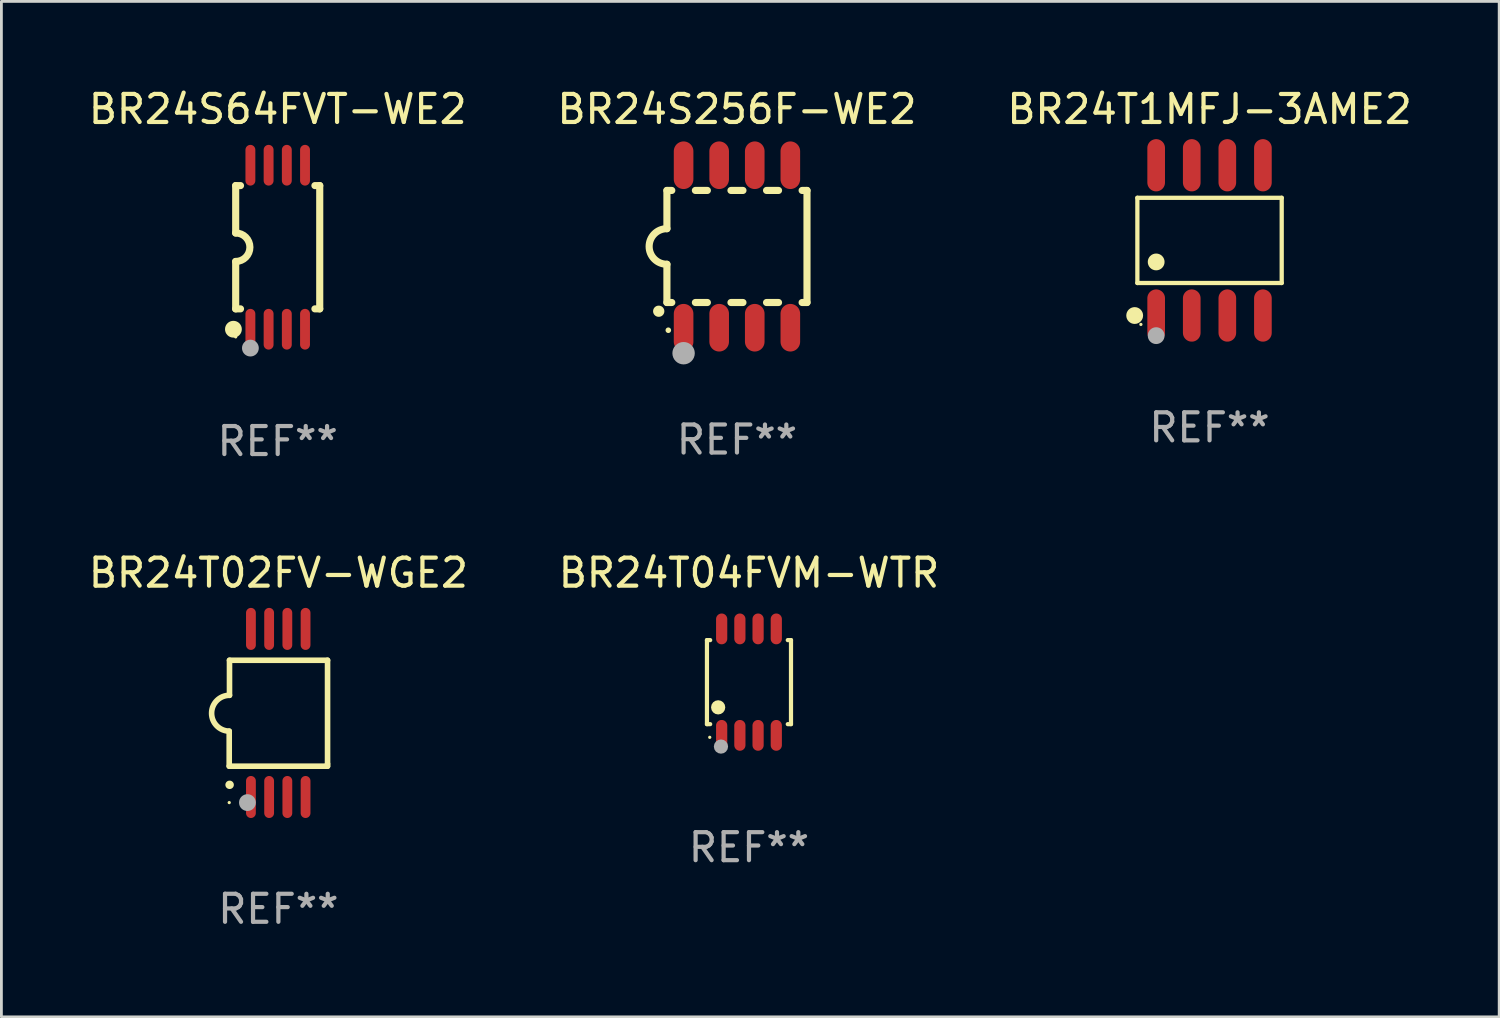
<source format=kicad_pcb>
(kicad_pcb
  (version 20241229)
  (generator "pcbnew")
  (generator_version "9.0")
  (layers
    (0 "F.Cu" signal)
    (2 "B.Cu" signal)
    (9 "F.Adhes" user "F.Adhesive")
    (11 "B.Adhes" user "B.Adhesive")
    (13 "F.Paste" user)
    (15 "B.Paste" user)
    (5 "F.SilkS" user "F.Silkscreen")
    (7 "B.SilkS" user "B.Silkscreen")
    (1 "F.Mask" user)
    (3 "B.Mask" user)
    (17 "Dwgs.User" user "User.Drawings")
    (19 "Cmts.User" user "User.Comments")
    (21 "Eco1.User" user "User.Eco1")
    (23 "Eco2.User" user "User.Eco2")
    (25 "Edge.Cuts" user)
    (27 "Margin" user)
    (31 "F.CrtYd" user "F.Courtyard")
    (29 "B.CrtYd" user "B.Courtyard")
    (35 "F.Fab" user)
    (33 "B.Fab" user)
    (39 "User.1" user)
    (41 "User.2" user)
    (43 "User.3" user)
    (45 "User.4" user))
  (footprint "BR24S256F-WE2"
    (layer "F.Cu")
    (at 23.256 5.748)
    (property "Reference" "BR24S256F-WE2" (at 0 -4.9 0) (layer "F.SilkS") (effects (font (size 1 1) (thickness 0.15))))
    (attr through_hole)
    (fp_line (start -2.5 -2) (end -2.5 -0.635) (stroke (width 0.254) (type solid)) (layer "F.SilkS"))
    (fp_line (start -2.5 -2) (end -2.326 -2) (stroke (width 0.254) (type solid)) (layer "F.SilkS"))
    (fp_line (start -2.5 2) (end -2.5 0.635) (stroke (width 0.254) (type solid)) (layer "F.SilkS"))
    (fp_line (start -2.5 2) (end -2.326 2) (stroke (width 0.254) (type solid)) (layer "F.SilkS"))
    (fp_line (start -1.484 -2) (end -1.056 -2) (stroke (width 0.254) (type solid)) (layer "F.SilkS"))
    (fp_line (start -1.484 2) (end -1.056 2) (stroke (width 0.254) (type solid)) (layer "F.SilkS"))
    (fp_line (start -0.214 -2) (end 0.214 -2) (stroke (width 0.254) (type solid)) (layer "F.SilkS"))
    (fp_line (start -0.214 2) (end 0.214 2) (stroke (width 0.254) (type solid)) (layer "F.SilkS"))
    (fp_line (start 1.056 -2) (end 1.484 -2) (stroke (width 0.254) (type solid)) (layer "F.SilkS"))
    (fp_line (start 1.056 2) (end 1.484 2) (stroke (width 0.254) (type solid)) (layer "F.SilkS"))
    (fp_line (start 2.326 -2) (end 2.5 -2) (stroke (width 0.254) (type solid)) (layer "F.SilkS"))
    (fp_line (start 2.326 2) (end 2.5 2) (stroke (width 0.254) (type solid)) (layer "F.SilkS"))
    (fp_line (start 2.5 -2) (end 2.5 2) (stroke (width 0.254) (type solid)) (layer "F.SilkS"))
    (fp_arc (start -2.794006 2.311405) (mid -2.792736 2.311401) (end -2.791466 2.311405) (stroke (width 0.4) (type solid)) (layer "F.SilkS"))
    (fp_arc (start -2.5 0.635001) (mid -3.134366 -0.000318) (end -2.499365 -0.635001) (stroke (width 0.254001) (type solid)) (layer "F.SilkS"))
    (fp_circle (center -2.45 2.99) (end -2.4 2.99) (stroke (width 0.1) (type solid)) (fill no) (layer "F.SilkS"))
    (fp_circle (center -1.905 3.81) (end -1.705 3.81) (stroke (width 0.4) (type solid)) (fill no) (layer "F.Fab"))
    (fp_text user "REF**" (at 0 6.9 0) (layer "F.Fab") (effects (font (size 1 1) (thickness 0.15))))
    (pad "1" smd oval (at -1.905 2.9 180) (size 0.7 1.7) (layers "F.Cu" "F.Mask" "F.Paste"))
    (pad "2" smd oval (at -0.635 2.9 180) (size 0.7 1.7) (layers "F.Cu" "F.Mask" "F.Paste"))
    (pad "3" smd oval (at 0.635 2.9 180) (size 0.7 1.7) (layers "F.Cu" "F.Mask" "F.Paste"))
    (pad "4" smd oval (at 1.905 2.9 180) (size 0.7 1.7) (layers "F.Cu" "F.Mask" "F.Paste"))
    (pad "5" smd oval (at 1.905 -2.9 180) (size 0.7 1.7) (layers "F.Cu" "F.Mask" "F.Paste"))
    (pad "6" smd oval (at 0.635 -2.9 180) (size 0.7 1.7) (layers "F.Cu" "F.Mask" "F.Paste"))
    (pad "7" smd oval (at -0.635 -2.9 180) (size 0.7 1.7) (layers "F.Cu" "F.Mask" "F.Paste"))
    (pad "8" smd oval (at -1.905 -2.9 180) (size 0.7 1.7) (layers "F.Cu" "F.Mask" "F.Paste")))
  (footprint "BR24T04FVM-WTR"
    (layer "F.Cu")
    (at 23.685 21.299)
    (property "Reference" "BR24T04FVM-WTR" (at 0 -3.9 0) (layer "F.SilkS") (effects (font (size 1 1) (thickness 0.15))))
    (attr through_hole)
    (fp_line (start -1.5 -1.5) (end -1.385 -1.5) (stroke (width 0.15) (type solid)) (layer "F.SilkS"))
    (fp_line (start -1.5 1.5) (end -1.5 -1.5) (stroke (width 0.15) (type solid)) (layer "F.SilkS"))
    (fp_line (start -1.385 1.5) (end -1.5 1.5) (stroke (width 0.15) (type solid)) (layer "F.SilkS"))
    (fp_line (start 1.385 -1.5) (end 1.5 -1.5) (stroke (width 0.15) (type solid)) (layer "F.SilkS"))
    (fp_line (start 1.5 -1.5) (end 1.5 1.5) (stroke (width 0.15) (type solid)) (layer "F.SilkS"))
    (fp_line (start 1.5 1.5) (end 1.385 1.5) (stroke (width 0.15) (type solid)) (layer "F.SilkS"))
    (fp_circle (center -1.4 1.97) (end -1.37 1.97) (stroke (width 0.06) (type solid)) (fill no) (layer "F.SilkS"))
    (fp_circle (center -1.1 0.9) (end -0.973 0.9) (stroke (width 0.254) (type solid)) (fill no) (layer "F.SilkS"))
    (fp_circle (center -1 2.3) (end -0.873 2.3) (stroke (width 0.254) (type solid)) (fill no) (layer "F.Fab"))
    (fp_text user "REF**" (at 0 5.9 0) (layer "F.Fab") (effects (font (size 1 1) (thickness 0.15))))
    (pad "1" smd oval (at -0.975 1.9 270) (size 1.1 0.4) (layers "F.Cu" "F.Mask" "F.Paste"))
    (pad "2" smd oval (at -0.325 1.9 270) (size 1.1 0.4) (layers "F.Cu" "F.Mask" "F.Paste"))
    (pad "3" smd oval (at 0.325 1.9 270) (size 1.1 0.4) (layers "F.Cu" "F.Mask" "F.Paste"))
    (pad "4" smd oval (at 0.975 1.9 270) (size 1.1 0.4) (layers "F.Cu" "F.Mask" "F.Paste"))
    (pad "5" smd oval (at 0.975 -1.9 270) (size 1.1 0.4) (layers "F.Cu" "F.Mask" "F.Paste"))
    (pad "6" smd oval (at 0.325 -1.9 270) (size 1.1 0.4) (layers "F.Cu" "F.Mask" "F.Paste"))
    (pad "7" smd oval (at -0.325 -1.9 270) (size 1.1 0.4) (layers "F.Cu" "F.Mask" "F.Paste"))
    (pad "8" smd oval (at -0.975 -1.9 270) (size 1.1 0.4) (layers "F.Cu" "F.Mask" "F.Paste")))
  (footprint "BR24S64FVT-WE2"
    (layer "F.Cu")
    (at 6.863 5.775)
    (property "Reference" "BR24S64FVT-WE2" (at 0 -4.927 0) (layer "F.SilkS") (effects (font (size 1 1) (thickness 0.15))))
    (attr through_hole)
    (fp_line (start -1.5 -2.2) (end -1.5 -0.508) (stroke (width 0.254) (type solid)) (layer "F.SilkS"))
    (fp_line (start -1.5 -2.2) (end -1.328 -2.2) (stroke (width 0.254) (type solid)) (layer "F.SilkS"))
    (fp_line (start -1.5 2.2) (end -1.5 0.508) (stroke (width 0.254) (type solid)) (layer "F.SilkS"))
    (fp_line (start -1.5 2.2) (end -1.328 2.2) (stroke (width 0.254) (type solid)) (layer "F.SilkS"))
    (fp_line (start 1.328 -2.2) (end 1.5 -2.2) (stroke (width 0.254) (type solid)) (layer "F.SilkS"))
    (fp_line (start 1.328 2.2) (end 1.5 2.2) (stroke (width 0.254) (type solid)) (layer "F.SilkS"))
    (fp_line (start 1.5 -2.2) (end 1.5 2.2) (stroke (width 0.254) (type solid)) (layer "F.SilkS"))
    (fp_arc (start -1.501144 -0.508) (mid -0.993143 -0.000571) (end -1.5 0.508001) (stroke (width 0.254001) (type solid)) (layer "F.SilkS"))
    (fp_circle (center -1.581 2.927) (end -1.431 2.927) (stroke (width 0.3) (type solid)) (fill no) (layer "F.SilkS"))
    (fp_circle (center -1.5 3.2) (end -1.47 3.2) (stroke (width 0.06) (type solid)) (fill no) (layer "F.SilkS"))
    (fp_circle (center -0.975 3.6) (end -0.825 3.6) (stroke (width 0.3) (type solid)) (fill no) (layer "F.Fab"))
    (fp_text user "REF**" (at 0 6.927 0) (layer "F.Fab") (effects (font (size 1 1) (thickness 0.15))))
    (pad "1" smd oval (at -0.975 2.927) (size 0.353 1.454) (layers "F.Cu" "F.Mask" "F.Paste"))
    (pad "2" smd oval (at -0.325 2.927) (size 0.353 1.454) (layers "F.Cu" "F.Mask" "F.Paste"))
    (pad "3" smd oval (at 0.325 2.927) (size 0.353 1.454) (layers "F.Cu" "F.Mask" "F.Paste"))
    (pad "4" smd oval (at 0.975 2.927) (size 0.353 1.454) (layers "F.Cu" "F.Mask" "F.Paste"))
    (pad "5" smd oval (at 0.975 -2.927) (size 0.353 1.454) (layers "F.Cu" "F.Mask" "F.Paste"))
    (pad "6" smd oval (at 0.325 -2.927) (size 0.353 1.454) (layers "F.Cu" "F.Mask" "F.Paste"))
    (pad "7" smd oval (at -0.325 -2.927) (size 0.353 1.454) (layers "F.Cu" "F.Mask" "F.Paste"))
    (pad "8" smd oval (at -0.975 -2.927) (size 0.353 1.454) (layers "F.Cu" "F.Mask" "F.Paste")))
  (footprint "BR24T02FV-WGE2"
    (layer "F.Cu")
    (at 6.887 22.399)
    (property "Reference" "BR24T02FV-WGE2" (at 0 -5 0) (layer "F.SilkS") (effects (font (size 1 1) (thickness 0.15))))
    (attr through_hole)
    (fp_line (start -1.755 1.9) (end -1.755 0.65) (stroke (width 0.2) (type solid)) (layer "F.SilkS"))
    (fp_line (start -1.745 -1.88) (end -1.745 -0.63) (stroke (width 0.2) (type solid)) (layer "F.SilkS"))
    (fp_line (start -1.745 -1.88) (end 1.755 -1.88) (stroke (width 0.2) (type solid)) (layer "F.SilkS"))
    (fp_line (start 1.755 -1.88) (end 1.755 1.82) (stroke (width 0.2) (type solid)) (layer "F.SilkS"))
    (fp_line (start 1.755 1.82) (end 1.755 1.9) (stroke (width 0.2) (type solid)) (layer "F.SilkS"))
    (fp_line (start 1.755 1.9) (end -1.755 1.9) (stroke (width 0.2) (type solid)) (layer "F.SilkS"))
    (fp_arc (start -1.754991 0.649987) (mid -2.384769 0.004968) (end -1.744779 -0.62992) (stroke (width 0.2) (type solid)) (layer "F.SilkS"))
    (fp_arc (start -1.742367 2.565405) (mid -1.741097 2.5654) (end -1.739827 2.565405) (stroke (width 0.3) (type solid)) (layer "F.SilkS"))
    (fp_circle (center -1.755 3.2) (end -1.725 3.2) (stroke (width 0.06) (type solid)) (fill no) (layer "F.SilkS"))
    (fp_circle (center -1.105 3.2) (end -0.955 3.2) (stroke (width 0.3) (type solid)) (fill no) (layer "F.Fab"))
    (fp_text user "REF**" (at 0 7 0) (layer "F.Fab") (effects (font (size 1 1) (thickness 0.15))))
    (pad "1" smd oval (at -0.98 3) (size 0.35 1.5) (layers "F.Cu" "F.Mask" "F.Paste"))
    (pad "2" smd oval (at -0.33 3) (size 0.35 1.5) (layers "F.Cu" "F.Mask" "F.Paste"))
    (pad "3" smd oval (at 0.32 3) (size 0.35 1.5) (layers "F.Cu" "F.Mask" "F.Paste"))
    (pad "4" smd oval (at 0.97 3) (size 0.35 1.5) (layers "F.Cu" "F.Mask" "F.Paste"))
    (pad "5" smd oval (at 0.97 -3) (size 0.35 1.5) (layers "F.Cu" "F.Mask" "F.Paste"))
    (pad "6" smd oval (at 0.32 -3) (size 0.35 1.5) (layers "F.Cu" "F.Mask" "F.Paste"))
    (pad "7" smd oval (at -0.33 -3) (size 0.35 1.5) (layers "F.Cu" "F.Mask" "F.Paste"))
    (pad "8" smd oval (at -0.98 -3) (size 0.35 1.5) (layers "F.Cu" "F.Mask" "F.Paste")))
  (footprint "BR24T1MFJ-3AME2"
    (layer "F.Cu")
    (at 40.125 5.531)
    (property "Reference" "BR24T1MFJ-3AME2" (at 0 -4.682 0) (layer "F.SilkS") (effects (font (size 1 1) (thickness 0.15))))
    (attr through_hole)
    (fp_line (start -2.576 -1.521) (end 2.576 -1.521) (stroke (width 0.152) (type solid)) (layer "F.SilkS"))
    (fp_line (start -2.576 1.521) (end -2.576 -1.521) (stroke (width 0.152) (type solid)) (layer "F.SilkS"))
    (fp_line (start 2.576 -1.521) (end 2.576 1.521) (stroke (width 0.152) (type solid)) (layer "F.SilkS"))
    (fp_line (start 2.576 1.521) (end -2.576 1.521) (stroke (width 0.152) (type solid)) (layer "F.SilkS"))
    (fp_circle (center -2.672 2.682) (end -2.522 2.682) (stroke (width 0.3) (type solid)) (fill no) (layer "F.SilkS"))
    (fp_circle (center -2.45 3) (end -2.42 3) (stroke (width 0.06) (type solid)) (fill no) (layer "F.SilkS"))
    (fp_circle (center -1.905 0.769) (end -1.755 0.769) (stroke (width 0.3) (type solid)) (fill no) (layer "F.SilkS"))
    (fp_circle (center -1.905 3.4) (end -1.755 3.4) (stroke (width 0.3) (type solid)) (fill no) (layer "F.Fab"))
    (fp_text user "REF**" (at 0 6.682 0) (layer "F.Fab") (effects (font (size 1 1) (thickness 0.15))))
    (pad "1" smd oval (at -1.905 2.682) (size 0.63 1.865) (layers "F.Cu" "F.Mask" "F.Paste"))
    (pad "2" smd oval (at -0.635 2.682) (size 0.63 1.865) (layers "F.Cu" "F.Mask" "F.Paste"))
    (pad "3" smd oval (at 0.635 2.682) (size 0.63 1.865) (layers "F.Cu" "F.Mask" "F.Paste"))
    (pad "4" smd oval (at 1.905 2.682) (size 0.63 1.865) (layers "F.Cu" "F.Mask" "F.Paste"))
    (pad "5" smd oval (at 1.905 -2.682) (size 0.63 1.865) (layers "F.Cu" "F.Mask" "F.Paste"))
    (pad "6" smd oval (at 0.635 -2.682) (size 0.63 1.865) (layers "F.Cu" "F.Mask" "F.Paste"))
    (pad "7" smd oval (at -0.635 -2.682) (size 0.63 1.865) (layers "F.Cu" "F.Mask" "F.Paste"))
    (pad "8" smd oval (at -1.905 -2.682) (size 0.63 1.865) (layers "F.Cu" "F.Mask" "F.Paste")))
  (gr_rect
    (start -3 -3)
    (end 50.464 33.247)
    (stroke (width 0.1) (type default))
    (fill no)
    (layer "Edge.Cuts")))
</source>
